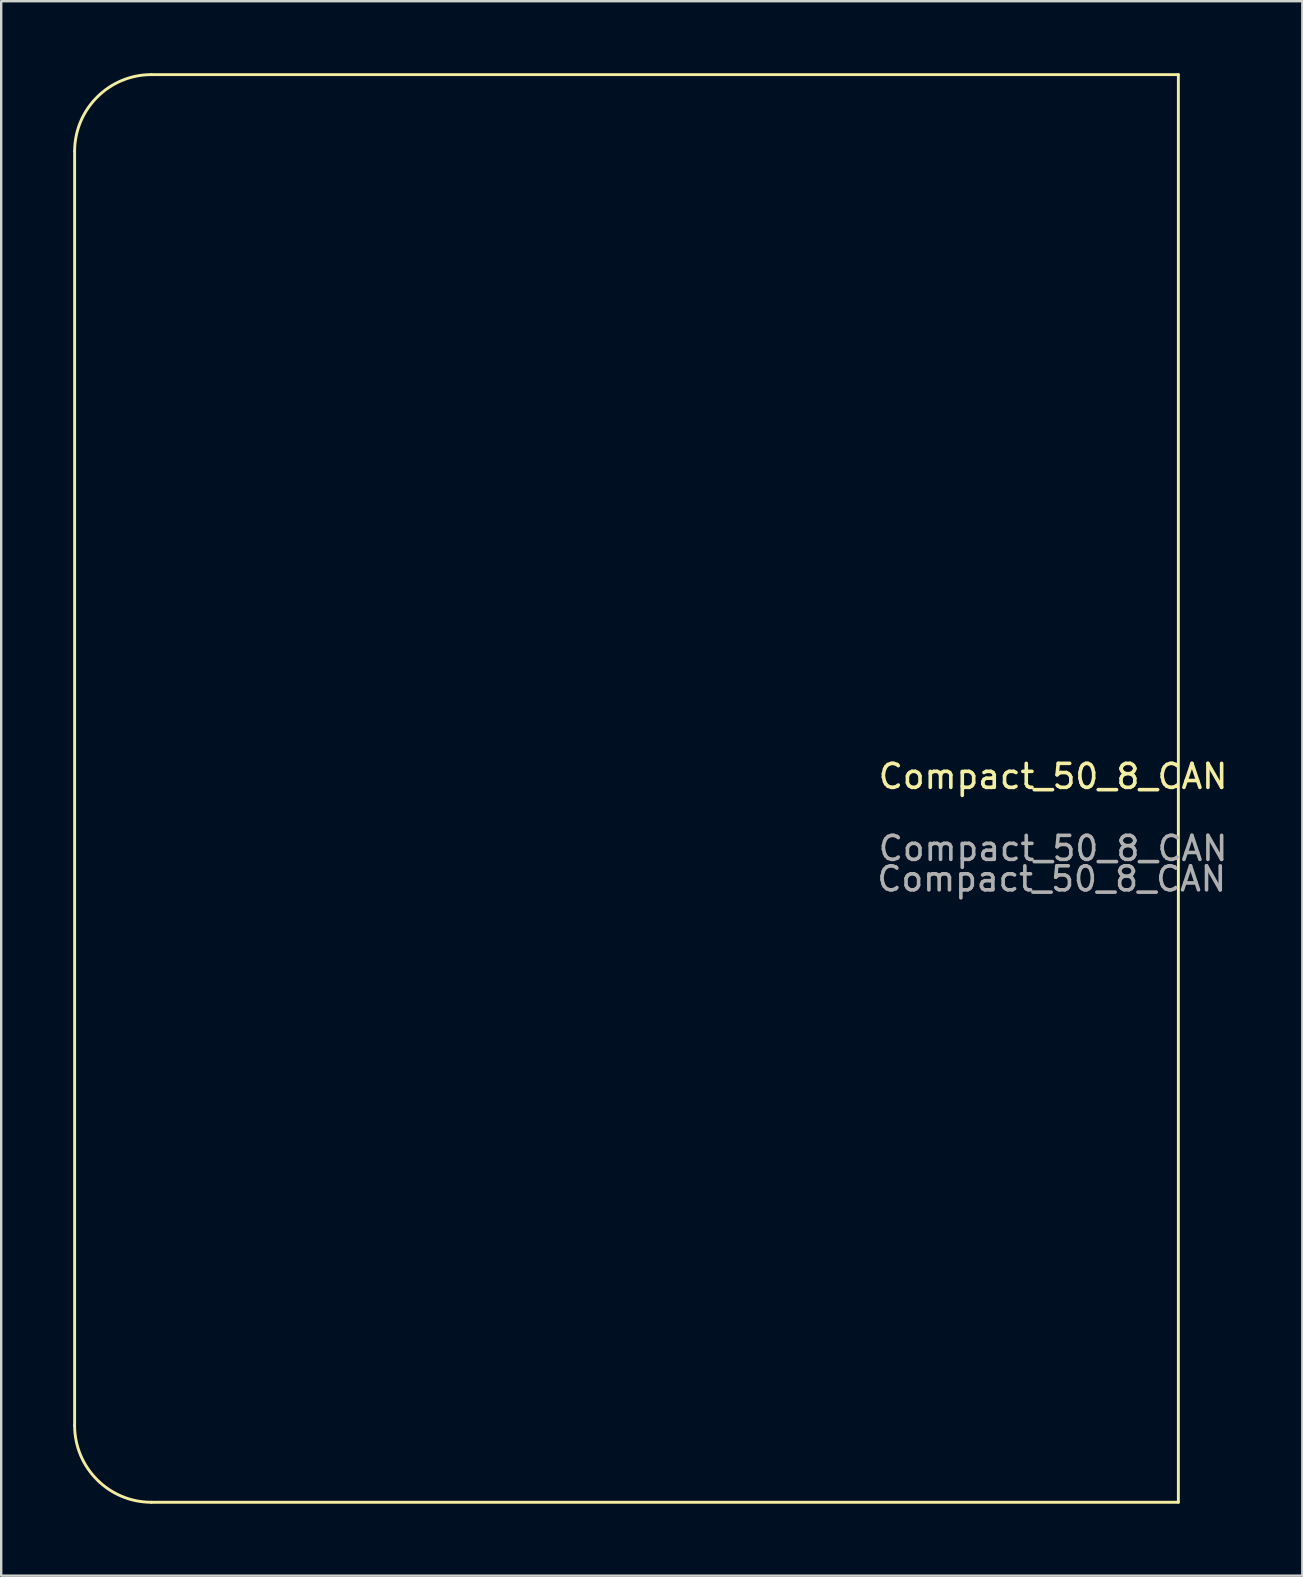
<source format=kicad_pcb>
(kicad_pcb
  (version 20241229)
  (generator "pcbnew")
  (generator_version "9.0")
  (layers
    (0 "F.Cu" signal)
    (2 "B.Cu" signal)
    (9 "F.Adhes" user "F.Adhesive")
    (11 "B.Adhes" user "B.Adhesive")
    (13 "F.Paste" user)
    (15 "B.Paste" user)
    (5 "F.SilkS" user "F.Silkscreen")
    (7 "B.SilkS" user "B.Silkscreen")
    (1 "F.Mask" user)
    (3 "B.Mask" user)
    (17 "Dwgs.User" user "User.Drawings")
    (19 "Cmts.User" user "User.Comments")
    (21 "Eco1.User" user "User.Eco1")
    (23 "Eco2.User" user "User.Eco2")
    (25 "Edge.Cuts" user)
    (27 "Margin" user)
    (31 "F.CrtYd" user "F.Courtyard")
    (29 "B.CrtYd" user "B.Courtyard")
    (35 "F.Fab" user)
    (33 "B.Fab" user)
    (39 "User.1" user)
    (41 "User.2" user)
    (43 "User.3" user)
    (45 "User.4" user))
  (footprint "Compact_50_8_CAN"
    (layer "F.Cu")
    (at 40.84 29.81)
    (property "Reference" "Compact_50_8_CAN" (at 0 -0.5 0) (unlocked yes) (layer "F.SilkS") (effects (font (size 1 1) (thickness 0.15))))
    (attr through_hole)
    (fp_line (start -40.78 26.55) (end -40.78 -26.55) (stroke (width 0.12) (type default)) (layer "F.SilkS"))
    (fp_line (start -37.58 -29.75) (end 5.22 -29.75) (stroke (width 0.12) (type default)) (layer "F.SilkS"))
    (fp_line (start 5.22 -29.75) (end 5.22 29.75) (stroke (width 0.12) (type default)) (layer "F.SilkS"))
    (fp_line (start 5.22 29.75) (end -37.58 29.75) (stroke (width 0.12) (type default)) (layer "F.SilkS"))
    (fp_arc (start -40.78 -26.55) (mid -39.842742 -28.812742) (end -37.58 -29.75) (stroke (width 0.12) (type default)) (layer "F.SilkS"))
    (fp_arc (start -37.58 29.75) (mid -39.842742 28.812742) (end -40.78 26.55) (stroke (width 0.12) (type default)) (layer "F.SilkS"))
    (fp_text user "${REFERENCE}" (at -0.058 3.77 0) (unlocked yes) (layer "F.Fab") (effects (font (size 1 1) (thickness 0.15))))
    (fp_text user "${REFERENCE}" (at 0 2.5 0) (unlocked yes) (layer "F.Fab") (effects (font (size 1 1) (thickness 0.15)))))
  (gr_rect
    (start -3 -3)
    (end 51.227 62.62)
    (stroke (width 0.1) (type default))
    (fill no)
    (layer "Edge.Cuts")))
</source>
